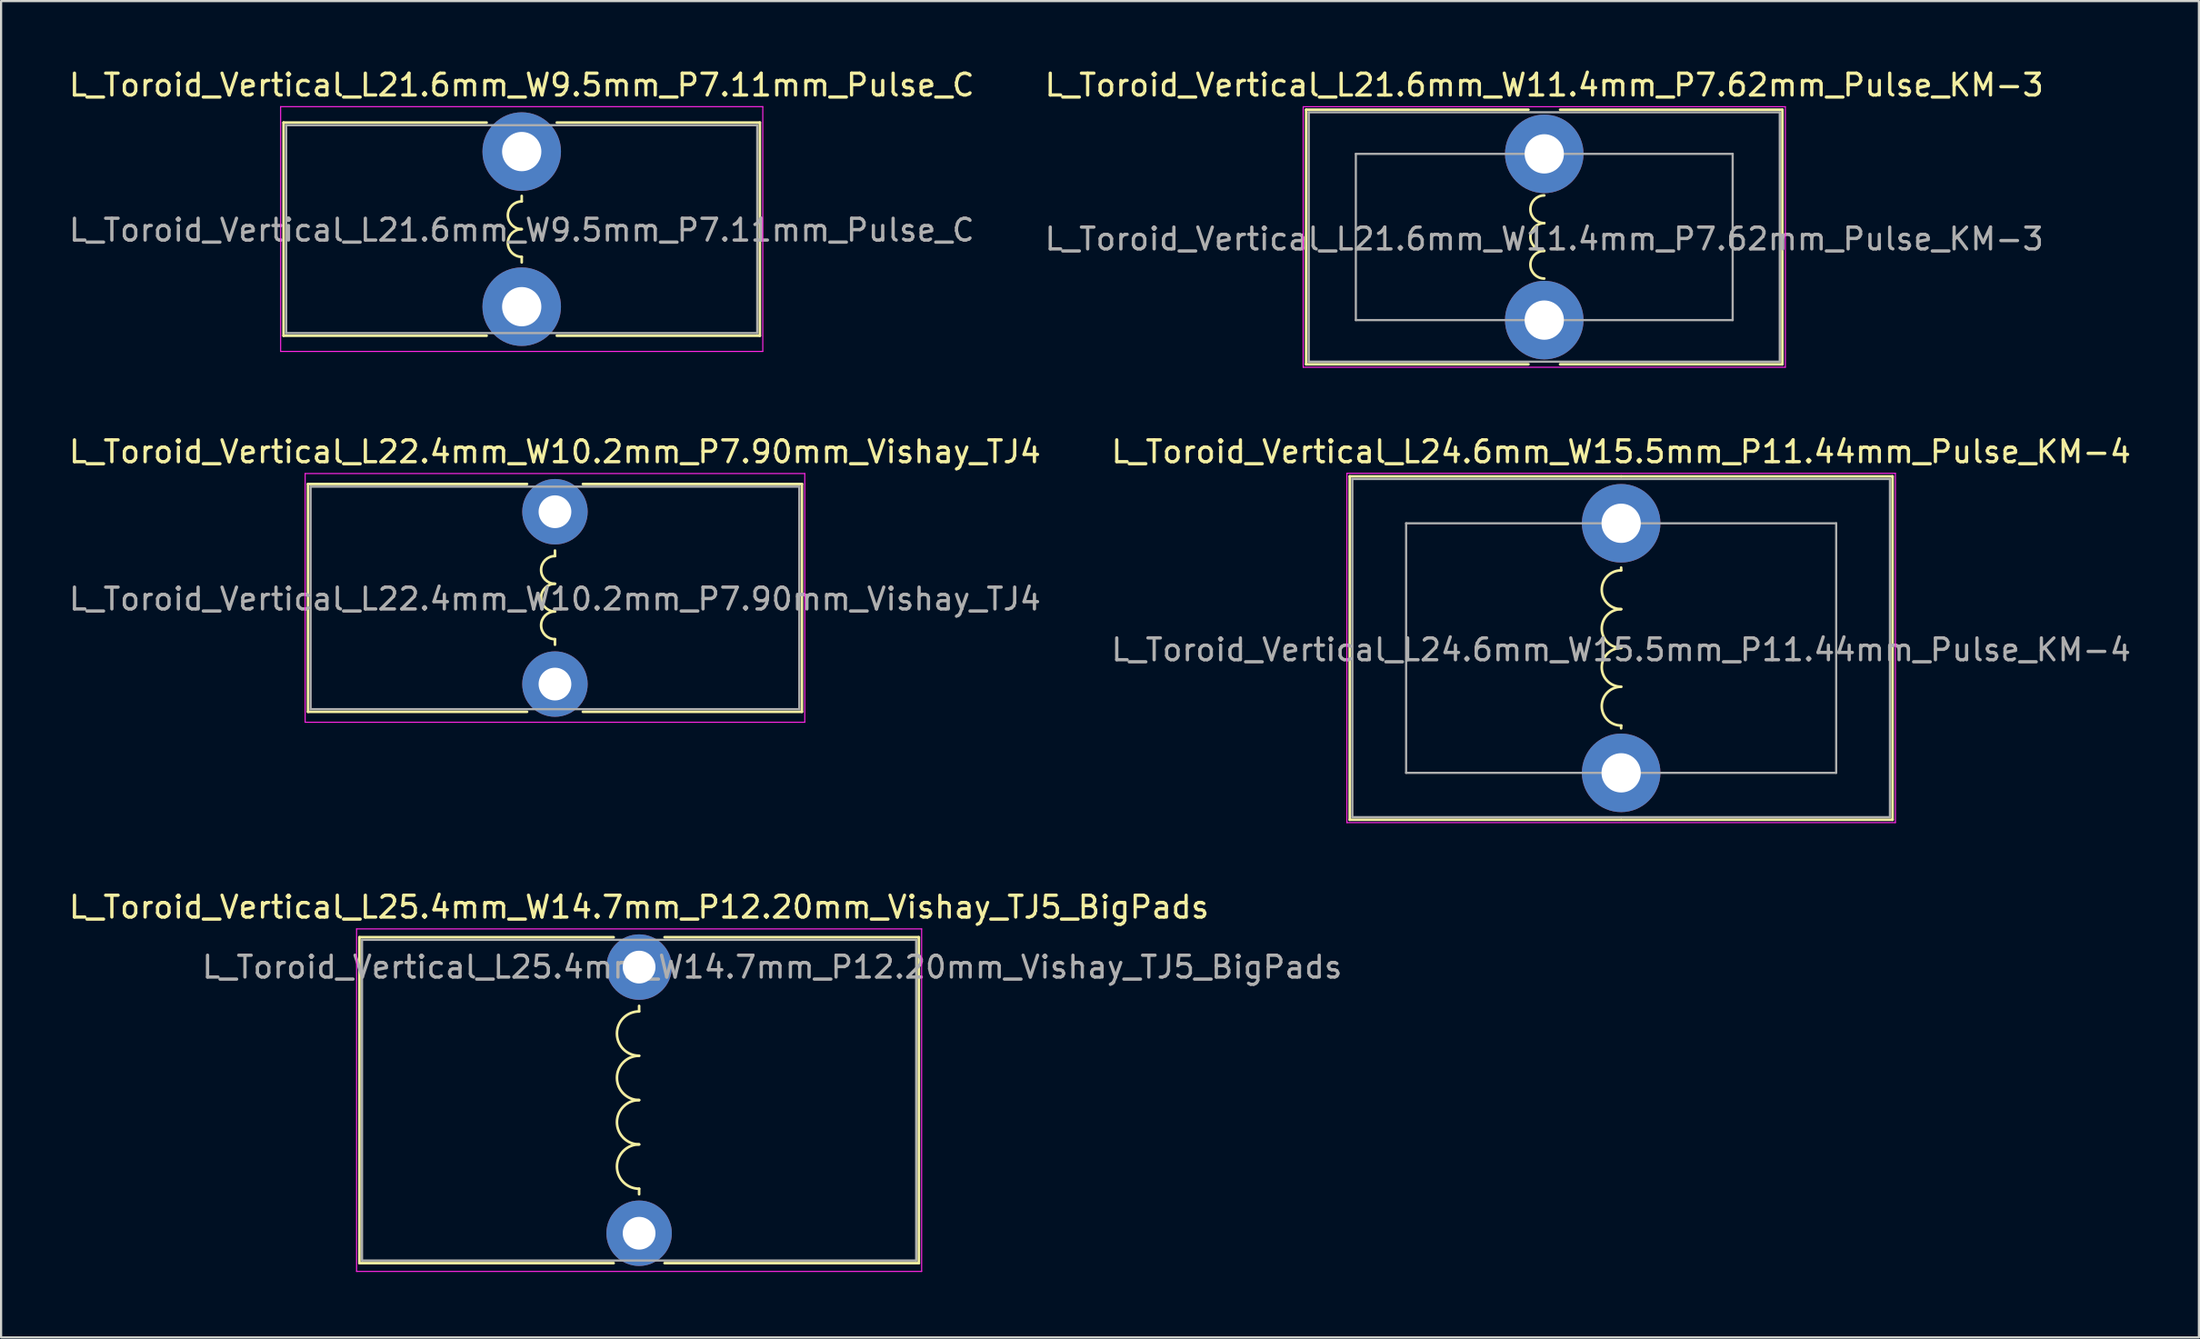
<source format=kicad_pcb>
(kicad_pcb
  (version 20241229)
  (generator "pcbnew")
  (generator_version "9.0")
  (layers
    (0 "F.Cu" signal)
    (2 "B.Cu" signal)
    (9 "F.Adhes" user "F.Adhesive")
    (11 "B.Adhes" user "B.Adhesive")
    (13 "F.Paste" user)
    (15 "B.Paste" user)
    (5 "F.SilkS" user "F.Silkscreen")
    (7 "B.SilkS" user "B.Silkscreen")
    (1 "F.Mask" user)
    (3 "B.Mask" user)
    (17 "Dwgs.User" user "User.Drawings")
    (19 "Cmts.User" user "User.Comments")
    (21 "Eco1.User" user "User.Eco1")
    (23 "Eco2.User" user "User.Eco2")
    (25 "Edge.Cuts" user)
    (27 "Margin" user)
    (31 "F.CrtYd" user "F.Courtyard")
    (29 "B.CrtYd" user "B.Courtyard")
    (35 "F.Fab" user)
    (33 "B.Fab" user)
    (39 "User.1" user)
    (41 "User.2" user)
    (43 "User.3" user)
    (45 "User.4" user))
  (footprint "L_Toroid_Vertical_L22.4mm_W10.2mm_P7.90mm_Vishay_TJ4"
    (layer "F.Cu")
    (at 22.387 20.407)
    (property "Reference" "L_Toroid_Vertical_L22.4mm_W10.2mm_P7.90mm_Vishay_TJ4" (at 0 -2.75 0) (layer "F.SilkS") (effects (font (size 1 1) (thickness 0.15))))
    (attr through_hole)
    (fp_line (start -11.32 -1.27) (end -11.32 9.17) (stroke (width 0.12) (type solid)) (layer "F.SilkS"))
    (fp_line (start -11.32 -1.27) (end -1.279 -1.27) (stroke (width 0.12) (type solid)) (layer "F.SilkS"))
    (fp_line (start -11.32 9.17) (end -1.279 9.17) (stroke (width 0.12) (type solid)) (layer "F.SilkS"))
    (fp_line (start 0 2.032) (end 0 1.778) (stroke (width 0.12) (type solid)) (layer "F.SilkS"))
    (fp_line (start 0 5.842) (end 0 6.096) (stroke (width 0.12) (type solid)) (layer "F.SilkS"))
    (fp_line (start 1.279 -1.27) (end 11.32 -1.27) (stroke (width 0.12) (type solid)) (layer "F.SilkS"))
    (fp_line (start 1.279 9.17) (end 11.32 9.17) (stroke (width 0.12) (type solid)) (layer "F.SilkS"))
    (fp_line (start 11.32 -1.27) (end 11.32 9.17) (stroke (width 0.12) (type solid)) (layer "F.SilkS"))
    (fp_arc (start 0 3.302) (mid -0.635 2.667) (end 0 2.032) (stroke (width 0.12) (type solid)) (layer "F.SilkS"))
    (fp_arc (start 0 4.572) (mid -0.635 3.937) (end 0 3.302) (stroke (width 0.12) (type solid)) (layer "F.SilkS"))
    (fp_arc (start 0 5.842) (mid -0.635 5.207) (end 0 4.572) (stroke (width 0.12) (type solid)) (layer "F.SilkS"))
    (fp_line (start -11.45 -1.75) (end -11.45 9.65) (stroke (width 0.05) (type solid)) (layer "F.CrtYd"))
    (fp_line (start -11.45 9.65) (end 11.45 9.65) (stroke (width 0.05) (type solid)) (layer "F.CrtYd"))
    (fp_line (start 11.45 -1.75) (end -11.45 -1.75) (stroke (width 0.05) (type solid)) (layer "F.CrtYd"))
    (fp_line (start 11.45 9.65) (end 11.45 -1.75) (stroke (width 0.05) (type solid)) (layer "F.CrtYd"))
    (fp_line (start -11.2 -1.15) (end -11.2 9.05) (stroke (width 0.1) (type solid)) (layer "F.Fab"))
    (fp_line (start -11.2 9.05) (end 11.2 9.05) (stroke (width 0.1) (type solid)) (layer "F.Fab"))
    (fp_line (start 11.2 -1.15) (end -11.2 -1.15) (stroke (width 0.1) (type solid)) (layer "F.Fab"))
    (fp_line (start 11.2 9.05) (end 11.2 -1.15) (stroke (width 0.1) (type solid)) (layer "F.Fab"))
    (fp_text user "${REFERENCE}" (at 0 4 0) (layer "F.Fab") (effects (font (size 1 1) (thickness 0.15))))
    (pad "1" thru_hole circle (at 0 0) (size 3 3) (drill 1.5) (layers "*.Cu" "*.Mask"))
    (pad "2" thru_hole circle (at 0 7.9) (size 3 3) (drill 1.5) (layers "*.Cu" "*.Mask")))
  (footprint "L_Toroid_Vertical_L21.6mm_W11.4mm_P7.62mm_Pulse_KM-3"
    (layer "F.Cu")
    (at 67.732 4.003)
    (property "Reference" "L_Toroid_Vertical_L21.6mm_W11.4mm_P7.62mm_Pulse_KM-3" (at 0 -3.155 0) (layer "F.SilkS") (effects (font (size 1 1) (thickness 0.15))))
    (attr through_hole)
    (fp_line (start -10.915 -2.025) (end -10.915 9.645) (stroke (width 0.12) (type solid)) (layer "F.SilkS"))
    (fp_line (start -10.915 -2.025) (end -0.725 -2.025) (stroke (width 0.12) (type solid)) (layer "F.SilkS"))
    (fp_line (start -10.915 9.645) (end -0.725 9.645) (stroke (width 0.12) (type solid)) (layer "F.SilkS"))
    (fp_line (start 0.725 -2.025) (end 10.915 -2.025) (stroke (width 0.12) (type solid)) (layer "F.SilkS"))
    (fp_line (start 0.725 9.645) (end 10.915 9.645) (stroke (width 0.12) (type solid)) (layer "F.SilkS"))
    (fp_line (start 10.915 -2.025) (end 10.915 9.645) (stroke (width 0.12) (type solid)) (layer "F.SilkS"))
    (fp_arc (start 0 3.175) (mid -0.635 2.54) (end 0 1.905) (stroke (width 0.12) (type solid)) (layer "F.SilkS"))
    (fp_arc (start 0 4.445) (mid -0.635 3.81) (end 0 3.175) (stroke (width 0.12) (type solid)) (layer "F.SilkS"))
    (fp_arc (start 0 5.715) (mid -0.635 5.08) (end 0 4.445) (stroke (width 0.12) (type solid)) (layer "F.SilkS"))
    (fp_line (start -11.05 -2.16) (end -11.05 9.78) (stroke (width 0.05) (type solid)) (layer "F.CrtYd"))
    (fp_line (start -11.05 9.78) (end 11.05 9.78) (stroke (width 0.05) (type solid)) (layer "F.CrtYd"))
    (fp_line (start 11.05 -2.16) (end -11.05 -2.16) (stroke (width 0.05) (type solid)) (layer "F.CrtYd"))
    (fp_line (start 11.05 9.78) (end 11.05 -2.16) (stroke (width 0.05) (type solid)) (layer "F.CrtYd"))
    (fp_line (start -10.795 -1.905) (end -10.795 9.525) (stroke (width 0.1) (type solid)) (layer "F.Fab"))
    (fp_line (start -10.795 9.525) (end 10.795 9.525) (stroke (width 0.1) (type solid)) (layer "F.Fab"))
    (fp_line (start -8.636 0) (end -8.636 7.62) (stroke (width 0.1) (type solid)) (layer "F.Fab"))
    (fp_line (start -8.636 7.62) (end 8.636 7.62) (stroke (width 0.1) (type solid)) (layer "F.Fab"))
    (fp_line (start 8.636 0) (end -8.636 0) (stroke (width 0.1) (type solid)) (layer "F.Fab"))
    (fp_line (start 8.636 7.62) (end 8.636 0) (stroke (width 0.1) (type solid)) (layer "F.Fab"))
    (fp_line (start 10.795 -1.905) (end -10.795 -1.905) (stroke (width 0.1) (type solid)) (layer "F.Fab"))
    (fp_line (start 10.795 9.525) (end 10.795 -1.905) (stroke (width 0.1) (type solid)) (layer "F.Fab"))
    (fp_text user "${REFERENCE}" (at 0 3.9 0) (layer "F.Fab") (effects (font (size 1 1) (thickness 0.15))))
    (pad "1" thru_hole circle (at 0 0) (size 3.6 3.6) (drill 1.8) (layers "*.Cu" "*.Mask"))
    (pad "2" thru_hole circle (at 0 7.62) (size 3.6 3.6) (drill 1.8) (layers "*.Cu" "*.Mask")))
  (footprint "L_Toroid_Vertical_L21.6mm_W9.5mm_P7.11mm_Pulse_C"
    (layer "F.Cu")
    (at 20.863 3.898)
    (property "Reference" "L_Toroid_Vertical_L21.6mm_W9.5mm_P7.11mm_Pulse_C" (at 0 -3.05 0) (layer "F.SilkS") (effects (font (size 1 1) (thickness 0.15))))
    (attr through_hole)
    (fp_line (start -10.915 -1.33) (end -10.915 8.44) (stroke (width 0.12) (type solid)) (layer "F.SilkS"))
    (fp_line (start -10.915 -1.33) (end -1.608 -1.33) (stroke (width 0.12) (type solid)) (layer "F.SilkS"))
    (fp_line (start -10.915 8.44) (end -1.608 8.44) (stroke (width 0.12) (type solid)) (layer "F.SilkS"))
    (fp_line (start 0 2.286) (end 0 2.032) (stroke (width 0.12) (type solid)) (layer "F.SilkS"))
    (fp_line (start 0 4.826) (end 0 5.08) (stroke (width 0.12) (type solid)) (layer "F.SilkS"))
    (fp_line (start 1.608 -1.33) (end 10.915 -1.33) (stroke (width 0.12) (type solid)) (layer "F.SilkS"))
    (fp_line (start 1.608 8.44) (end 10.915 8.44) (stroke (width 0.12) (type solid)) (layer "F.SilkS"))
    (fp_line (start 10.915 -1.33) (end 10.915 8.44) (stroke (width 0.12) (type solid)) (layer "F.SilkS"))
    (fp_arc (start 0 3.556) (mid -0.635 2.921) (end 0 2.286) (stroke (width 0.12) (type solid)) (layer "F.SilkS"))
    (fp_arc (start 0 4.826) (mid -0.635 4.191) (end 0 3.556) (stroke (width 0.12) (type solid)) (layer "F.SilkS"))
    (fp_line (start -11.05 -2.06) (end -11.05 9.16) (stroke (width 0.05) (type solid)) (layer "F.CrtYd"))
    (fp_line (start -11.05 9.16) (end 11.05 9.16) (stroke (width 0.05) (type solid)) (layer "F.CrtYd"))
    (fp_line (start 11.05 -2.06) (end -11.05 -2.06) (stroke (width 0.05) (type solid)) (layer "F.CrtYd"))
    (fp_line (start 11.05 9.16) (end 11.05 -2.06) (stroke (width 0.05) (type solid)) (layer "F.CrtYd"))
    (fp_line (start -10.795 -1.21) (end -10.795 8.32) (stroke (width 0.1) (type solid)) (layer "F.Fab"))
    (fp_line (start -10.795 8.32) (end 10.795 8.32) (stroke (width 0.1) (type solid)) (layer "F.Fab"))
    (fp_line (start 10.795 -1.21) (end -10.795 -1.21) (stroke (width 0.1) (type solid)) (layer "F.Fab"))
    (fp_line (start 10.795 8.32) (end 10.795 -1.21) (stroke (width 0.1) (type solid)) (layer "F.Fab"))
    (fp_text user "${REFERENCE}" (at 0 3.6 0) (layer "F.Fab") (effects (font (size 1 1) (thickness 0.15))))
    (pad "1" thru_hole circle (at 0 0) (size 3.6 3.6) (drill 1.8) (layers "*.Cu" "*.Mask"))
    (pad "2" thru_hole circle (at 0 7.11) (size 3.6 3.6) (drill 1.8) (layers "*.Cu" "*.Mask")))
  (footprint "L_Toroid_Vertical_L25.4mm_W14.7mm_P12.20mm_Vishay_TJ5_BigPads"
    (layer "F.Cu")
    (at 26.244 41.28)
    (property "Reference" "L_Toroid_Vertical_L25.4mm_W14.7mm_P12.20mm_Vishay_TJ5_BigPads" (at 0 -2.75 0) (layer "F.SilkS") (effects (font (size 1 1) (thickness 0.15))))
    (attr through_hole)
    (fp_line (start -12.82 -1.37) (end -12.82 13.57) (stroke (width 0.12) (type solid)) (layer "F.SilkS"))
    (fp_line (start -12.82 -1.37) (end -1.166 -1.37) (stroke (width 0.12) (type solid)) (layer "F.SilkS"))
    (fp_line (start -12.82 13.57) (end -1.166 13.57) (stroke (width 0.12) (type solid)) (layer "F.SilkS"))
    (fp_line (start 0 2.032) (end 0 1.778) (stroke (width 0.12) (type solid)) (layer "F.SilkS"))
    (fp_line (start 0 10.16) (end 0 10.414) (stroke (width 0.12) (type solid)) (layer "F.SilkS"))
    (fp_line (start 1.166 -1.37) (end 12.82 -1.37) (stroke (width 0.12) (type solid)) (layer "F.SilkS"))
    (fp_line (start 1.166 13.57) (end 12.82 13.57) (stroke (width 0.12) (type solid)) (layer "F.SilkS"))
    (fp_line (start 12.82 -1.37) (end 12.82 13.57) (stroke (width 0.12) (type solid)) (layer "F.SilkS"))
    (fp_arc (start 0 4.064) (mid -1.016 3.048) (end 0 2.032) (stroke (width 0.12) (type solid)) (layer "F.SilkS"))
    (fp_arc (start 0 6.096) (mid -1.016 5.08) (end 0 4.064) (stroke (width 0.12) (type solid)) (layer "F.SilkS"))
    (fp_arc (start 0 8.128) (mid -1.016 7.112) (end 0 6.096) (stroke (width 0.12) (type solid)) (layer "F.SilkS"))
    (fp_arc (start 0 10.16) (mid -1.016 9.144) (end 0 8.128) (stroke (width 0.12) (type solid)) (layer "F.SilkS"))
    (fp_line (start -12.95 -1.75) (end -12.95 13.95) (stroke (width 0.05) (type solid)) (layer "F.CrtYd"))
    (fp_line (start -12.95 13.95) (end 12.95 13.95) (stroke (width 0.05) (type solid)) (layer "F.CrtYd"))
    (fp_line (start 12.95 -1.75) (end -12.95 -1.75) (stroke (width 0.05) (type solid)) (layer "F.CrtYd"))
    (fp_line (start 12.95 13.95) (end 12.95 -1.75) (stroke (width 0.05) (type solid)) (layer "F.CrtYd"))
    (fp_line (start -12.7 -1.25) (end -12.7 13.45) (stroke (width 0.1) (type solid)) (layer "F.Fab"))
    (fp_line (start -12.7 13.45) (end 12.7 13.45) (stroke (width 0.1) (type solid)) (layer "F.Fab"))
    (fp_line (start 12.7 -1.25) (end -12.7 -1.25) (stroke (width 0.1) (type solid)) (layer "F.Fab"))
    (fp_line (start 12.7 13.45) (end 12.7 -1.25) (stroke (width 0.1) (type solid)) (layer "F.Fab"))
    (fp_text user "${REFERENCE}" (at 6.1 0 0) (layer "F.Fab") (effects (font (size 1 1) (thickness 0.15))))
    (pad "1" thru_hole circle (at 0 0) (size 3 3) (drill 1.5) (layers "*.Cu" "*.Mask"))
    (pad "2" thru_hole circle (at 0 12.2) (size 3 3) (drill 1.5) (layers "*.Cu" "*.Mask")))
  (footprint "L_Toroid_Vertical_L24.6mm_W15.5mm_P11.44mm_Pulse_KM-4"
    (layer "F.Cu")
    (at 71.256 20.936)
    (property "Reference" "L_Toroid_Vertical_L24.6mm_W15.5mm_P11.44mm_Pulse_KM-4" (at 0 -3.28 0) (layer "F.SilkS") (effects (font (size 1 1) (thickness 0.15))))
    (attr through_hole)
    (fp_line (start -12.44 -2.15) (end -12.44 13.59) (stroke (width 0.12) (type solid)) (layer "F.SilkS"))
    (fp_line (start -12.44 -2.15) (end -0.016 -2.15) (stroke (width 0.12) (type solid)) (layer "F.SilkS"))
    (fp_line (start -12.44 13.59) (end -0.016 13.59) (stroke (width 0.12) (type solid)) (layer "F.SilkS"))
    (fp_line (start 0 2.159) (end 0 2.032) (stroke (width 0.12) (type solid)) (layer "F.SilkS"))
    (fp_line (start 0 9.271) (end 0 9.398) (stroke (width 0.12) (type solid)) (layer "F.SilkS"))
    (fp_line (start 0.016 -2.15) (end 12.44 -2.15) (stroke (width 0.12) (type solid)) (layer "F.SilkS"))
    (fp_line (start 0.016 13.59) (end 12.44 13.59) (stroke (width 0.12) (type solid)) (layer "F.SilkS"))
    (fp_line (start 12.44 -2.15) (end 12.44 13.59) (stroke (width 0.12) (type solid)) (layer "F.SilkS"))
    (fp_arc (start 0 3.937) (mid -0.889 3.048) (end 0 2.159) (stroke (width 0.12) (type solid)) (layer "F.SilkS"))
    (fp_arc (start 0 5.715) (mid -0.889 4.826) (end 0 3.937) (stroke (width 0.12) (type solid)) (layer "F.SilkS"))
    (fp_arc (start 0 7.493) (mid -0.889 6.604) (end 0 5.715) (stroke (width 0.12) (type solid)) (layer "F.SilkS"))
    (fp_arc (start 0 9.271) (mid -0.889 8.382) (end 0 7.493) (stroke (width 0.12) (type solid)) (layer "F.SilkS"))
    (fp_line (start -12.57 -2.29) (end -12.57 13.72) (stroke (width 0.05) (type solid)) (layer "F.CrtYd"))
    (fp_line (start -12.57 13.72) (end 12.57 13.72) (stroke (width 0.05) (type solid)) (layer "F.CrtYd"))
    (fp_line (start 12.57 -2.29) (end -12.57 -2.29) (stroke (width 0.05) (type solid)) (layer "F.CrtYd"))
    (fp_line (start 12.57 13.72) (end 12.57 -2.29) (stroke (width 0.05) (type solid)) (layer "F.CrtYd"))
    (fp_line (start -12.32 -2.03) (end -12.32 13.47) (stroke (width 0.1) (type solid)) (layer "F.Fab"))
    (fp_line (start -12.32 13.47) (end 12.32 13.47) (stroke (width 0.1) (type solid)) (layer "F.Fab"))
    (fp_line (start -9.856 0) (end -9.856 11.44) (stroke (width 0.1) (type solid)) (layer "F.Fab"))
    (fp_line (start -9.856 11.44) (end 9.856 11.44) (stroke (width 0.1) (type solid)) (layer "F.Fab"))
    (fp_line (start 9.856 0) (end -9.856 0) (stroke (width 0.1) (type solid)) (layer "F.Fab"))
    (fp_line (start 9.856 11.44) (end 9.856 0) (stroke (width 0.1) (type solid)) (layer "F.Fab"))
    (fp_line (start 12.32 -2.03) (end -12.32 -2.03) (stroke (width 0.1) (type solid)) (layer "F.Fab"))
    (fp_line (start 12.32 13.47) (end 12.32 -2.03) (stroke (width 0.1) (type solid)) (layer "F.Fab"))
    (fp_text user "${REFERENCE}" (at 0 5.8 0) (layer "F.Fab") (effects (font (size 1 1) (thickness 0.15))))
    (pad "1" thru_hole circle (at 0 0) (size 3.6 3.6) (drill 1.8) (layers "*.Cu" "*.Mask"))
    (pad "2" thru_hole circle (at 0 11.44) (size 3.6 3.6) (drill 1.8) (layers "*.Cu" "*.Mask")))
  (gr_rect
    (start -3 -3)
    (end 97.738 58.255)
    (stroke (width 0.1) (type default))
    (fill no)
    (layer "Edge.Cuts")))
</source>
